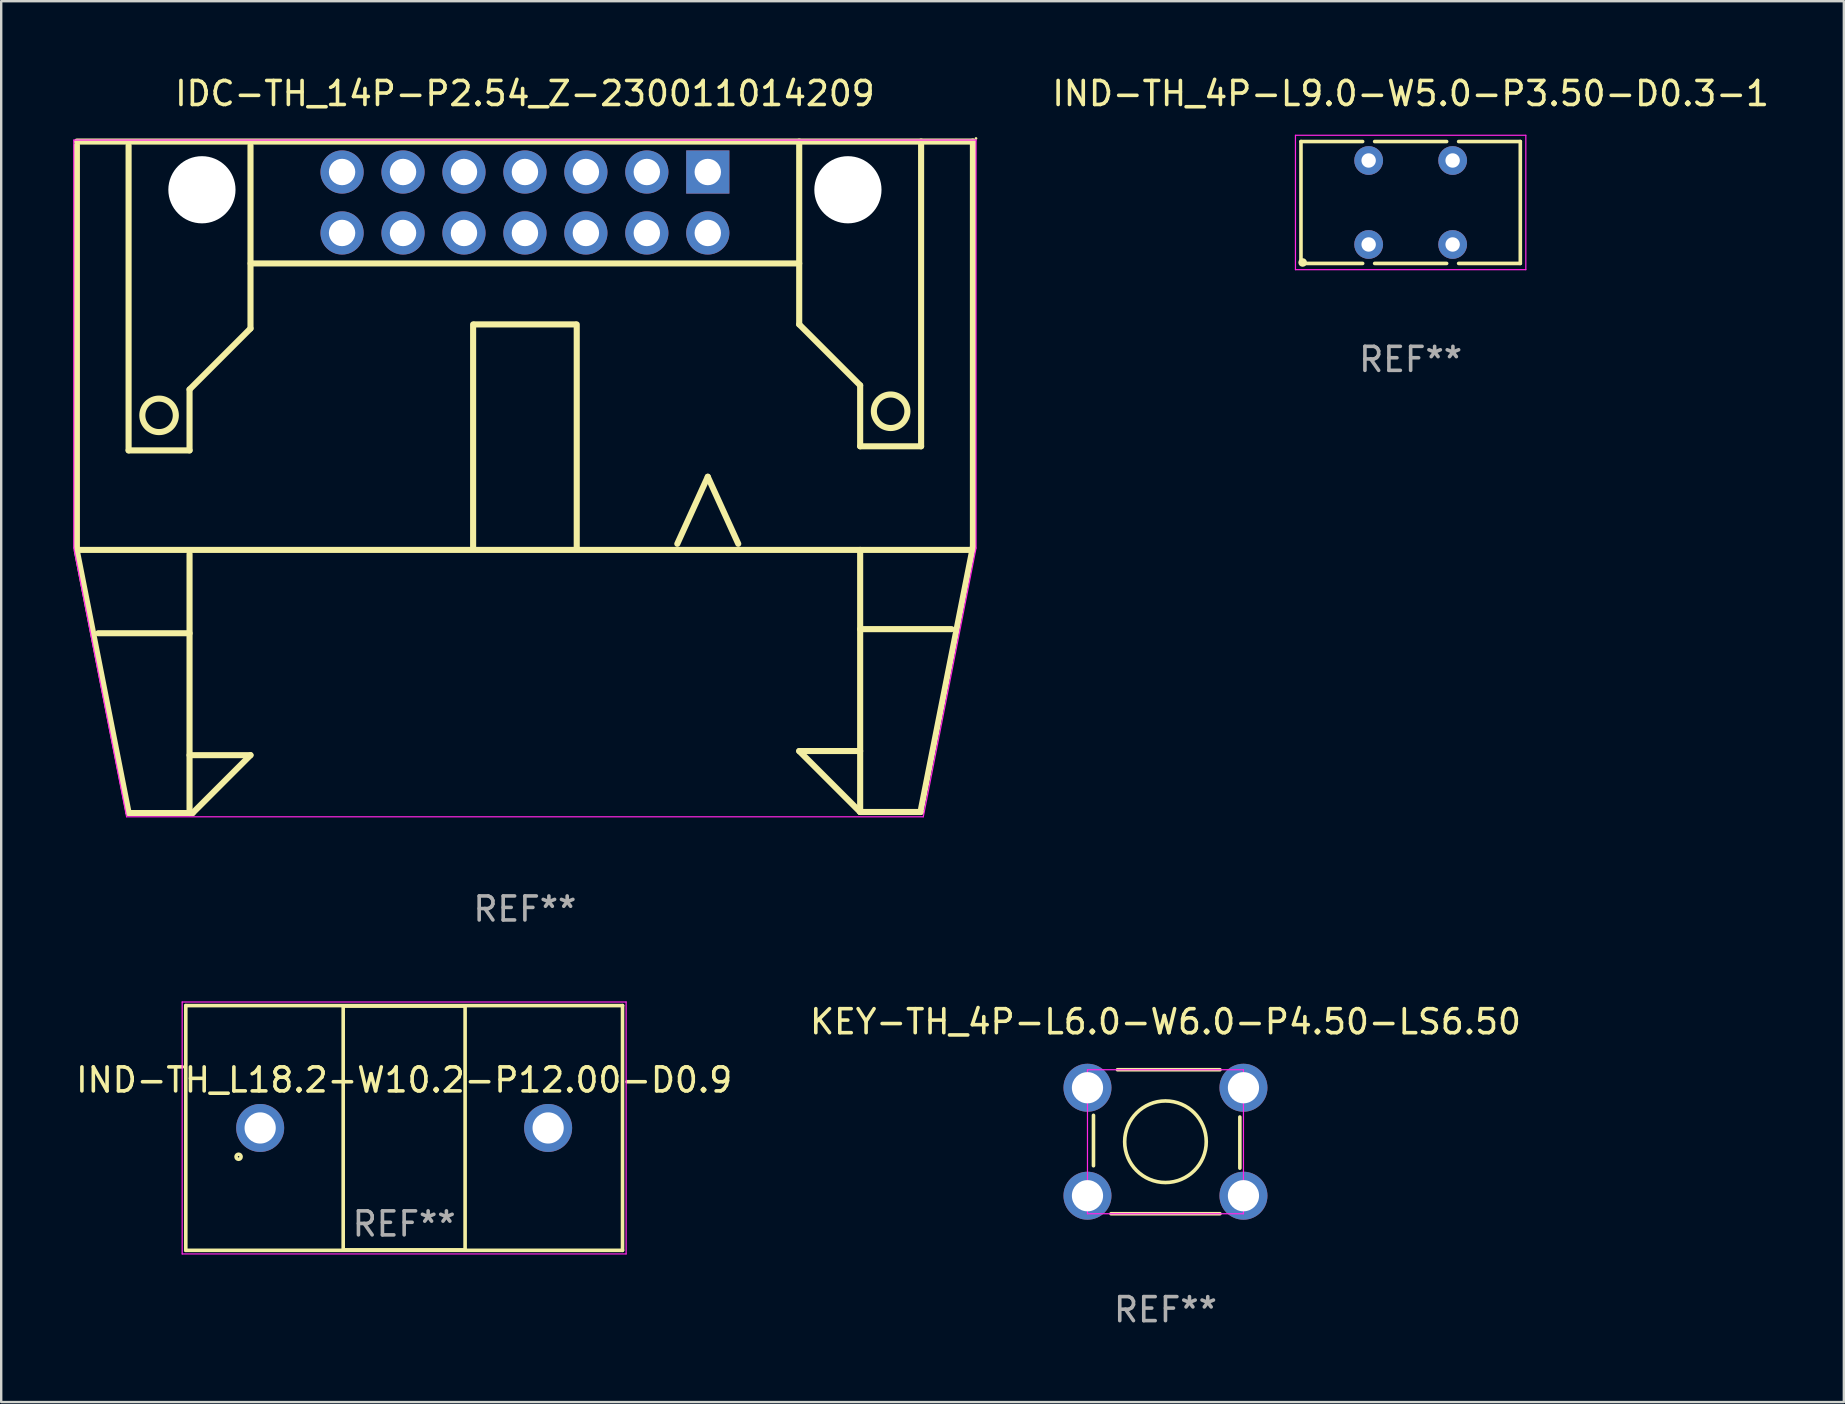
<source format=kicad_pcb>
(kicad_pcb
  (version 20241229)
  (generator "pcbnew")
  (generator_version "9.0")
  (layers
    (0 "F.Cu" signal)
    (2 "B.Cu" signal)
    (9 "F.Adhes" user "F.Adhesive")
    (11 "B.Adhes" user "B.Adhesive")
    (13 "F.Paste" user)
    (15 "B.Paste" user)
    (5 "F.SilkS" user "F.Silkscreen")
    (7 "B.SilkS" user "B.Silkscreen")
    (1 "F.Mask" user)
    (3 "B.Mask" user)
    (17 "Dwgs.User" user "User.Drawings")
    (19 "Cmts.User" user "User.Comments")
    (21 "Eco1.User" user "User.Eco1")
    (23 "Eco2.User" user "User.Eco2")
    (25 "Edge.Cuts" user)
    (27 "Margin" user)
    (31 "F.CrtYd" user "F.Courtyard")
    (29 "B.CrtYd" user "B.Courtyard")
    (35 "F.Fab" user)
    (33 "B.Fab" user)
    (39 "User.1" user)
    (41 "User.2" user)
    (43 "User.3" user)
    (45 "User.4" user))
  (footprint "IDC-TH_14P-P2.54_Z-230011014209"
    (layer "F.Cu")
    (at 18.825 5.388)
    (property "Reference" "IDC-TH_14P-P2.54_Z-230011014209" (at -0.001 -4.54 0) (layer "F.SilkS") (effects (font (size 1 1) (thickness 0.15))))
    (attr through_hole)
    (fp_line (start -18.671 14.373) (end -18.671 -2.391) (stroke (width 0.254) (type solid)) (layer "F.SilkS"))
    (fp_line (start -18.671 14.522) (end -16.516 25.431) (stroke (width 0.254) (type solid)) (layer "F.SilkS"))
    (fp_line (start -18.669 14.478) (end 18.669 14.478) (stroke (width 0.254) (type solid)) (layer "F.SilkS"))
    (fp_line (start -16.516 -2.369) (end -16.516 10.331) (stroke (width 0.254) (type solid)) (layer "F.SilkS"))
    (fp_line (start -16.516 10.331) (end -13.976 10.331) (stroke (width 0.254) (type solid)) (layer "F.SilkS"))
    (fp_line (start -16.516 25.444) (end -13.976 25.444) (stroke (width 0.254) (type solid)) (layer "F.SilkS"))
    (fp_line (start -13.976 7.791) (end -11.436 5.251) (stroke (width 0.254) (type solid)) (layer "F.SilkS"))
    (fp_line (start -13.976 10.331) (end -13.976 7.791) (stroke (width 0.254) (type solid)) (layer "F.SilkS"))
    (fp_line (start -13.976 17.951) (end -17.786 17.951) (stroke (width 0.254) (type solid)) (layer "F.SilkS"))
    (fp_line (start -13.976 25.444) (end -13.976 14.649) (stroke (width 0.254) (type solid)) (layer "F.SilkS"))
    (fp_line (start -13.976 25.444) (end -13.849 25.444) (stroke (width 0.254) (type solid)) (layer "F.SilkS"))
    (fp_line (start -13.849 25.444) (end -11.436 23.031) (stroke (width 0.254) (type solid)) (layer "F.SilkS"))
    (fp_line (start -11.436 5.251) (end -11.436 -2.369) (stroke (width 0.254) (type solid)) (layer "F.SilkS"))
    (fp_line (start -11.436 23.031) (end -13.976 23.031) (stroke (width 0.254) (type solid)) (layer "F.SilkS"))
    (fp_line (start -2.159 5.08) (end -2.159 14.351) (stroke (width 0.254) (type solid)) (layer "F.SilkS"))
    (fp_line (start 2.1 5.08) (end -2.1 5.08) (stroke (width 0.254) (type solid)) (layer "F.SilkS"))
    (fp_line (start 2.159 5.08) (end 2.159 14.351) (stroke (width 0.254) (type solid)) (layer "F.SilkS"))
    (fp_line (start 6.35 14.224) (end 7.62 11.43) (stroke (width 0.254) (type solid)) (layer "F.SilkS"))
    (fp_line (start 8.89 14.224) (end 7.62 11.43) (stroke (width 0.254) (type solid)) (layer "F.SilkS"))
    (fp_line (start 11.43 2.54) (end -11.43 2.54) (stroke (width 0.254) (type solid)) (layer "F.SilkS"))
    (fp_line (start 11.43 5.08) (end 11.43 -2.54) (stroke (width 0.254) (type solid)) (layer "F.SilkS"))
    (fp_line (start 11.43 22.86) (end 13.97 22.86) (stroke (width 0.254) (type solid)) (layer "F.SilkS"))
    (fp_line (start 13.97 7.62) (end 11.43 5.08) (stroke (width 0.254) (type solid)) (layer "F.SilkS"))
    (fp_line (start 13.97 10.16) (end 13.97 7.62) (stroke (width 0.254) (type solid)) (layer "F.SilkS"))
    (fp_line (start 13.97 25.4) (end 11.43 22.86) (stroke (width 0.254) (type solid)) (layer "F.SilkS"))
    (fp_line (start 13.97 25.4) (end 13.97 14.478) (stroke (width 0.254) (type solid)) (layer "F.SilkS"))
    (fp_line (start 16.51 -2.54) (end 16.51 10.16) (stroke (width 0.254) (type solid)) (layer "F.SilkS"))
    (fp_line (start 16.51 10.16) (end 13.97 10.16) (stroke (width 0.254) (type solid)) (layer "F.SilkS"))
    (fp_line (start 16.51 25.4) (end 13.97 25.4) (stroke (width 0.254) (type solid)) (layer "F.SilkS"))
    (fp_line (start 17.78 17.78) (end 13.97 17.78) (stroke (width 0.254) (type solid)) (layer "F.SilkS"))
    (fp_line (start 18.669 -2.54) (end -18.669 -2.54) (stroke (width 0.254) (type solid)) (layer "F.SilkS"))
    (fp_line (start 18.669 14.351) (end 16.51 25.26) (stroke (width 0.254) (type solid)) (layer "F.SilkS"))
    (fp_line (start 18.669 14.351) (end 18.669 -2.54) (stroke (width 0.254) (type solid)) (layer "F.SilkS"))
    (fp_circle (center -15.246 8.871) (end -14.548 8.871) (stroke (width 0.254) (type solid)) (fill no) (layer "F.SilkS"))
    (fp_circle (center -13.722 -0.591) (end -12.919 -0.591) (stroke (width 0.254) (type solid)) (fill no) (layer "F.SilkS"))
    (fp_circle (center 13.843 -0.762) (end 14.616 -0.762) (stroke (width 0.254) (type solid)) (fill no) (layer "F.SilkS"))
    (fp_circle (center 15.24 8.7) (end 15.939 8.7) (stroke (width 0.254) (type solid)) (fill no) (layer "F.SilkS"))
    (fp_circle (center 18.796 -2.667) (end 18.826 -2.667) (stroke (width 0.06) (type solid)) (fill no) (layer "F.SilkS"))
    (fp_line (start -18.8 -2.6) (end 18.8 -2.6) (stroke (width 0.05) (type default)) (layer "F.CrtYd"))
    (fp_line (start -18.8 14.4) (end -18.8 -2.6) (stroke (width 0.05) (type default)) (layer "F.CrtYd"))
    (fp_line (start -16.6 25.6) (end -18.8 14.4) (stroke (width 0.05) (type default)) (layer "F.CrtYd"))
    (fp_line (start 16.6 25.6) (end -16.6 25.6) (stroke (width 0.05) (type default)) (layer "F.CrtYd"))
    (fp_line (start 18.8 -2.6) (end 18.8 14.4) (stroke (width 0.05) (type default)) (layer "F.CrtYd"))
    (fp_line (start 18.8 14.4) (end 16.6 25.6) (stroke (width 0.05) (type default)) (layer "F.CrtYd"))
    (fp_text user "REF**" (at -0.001 29.444 0) (layer "F.Fab") (effects (font (size 1 1) (thickness 0.15))))
    (pad "" np_thru_hole circle (at -13.46 -0.53) (size 2.8 2.8) (drill 2.8) (layers "*.Cu" "*.Mask"))
    (pad "" np_thru_hole circle (at 13.46 -0.53) (size 2.8 2.8) (drill 2.8) (layers "*.Cu" "*.Mask"))
    (pad "1" thru_hole rect (at 7.62 -1.27 180) (size 1.8 1.8) (drill 1.1) (layers "*.Cu" "*.Mask"))
    (pad "2" thru_hole circle (at 7.62 1.27) (size 1.8 1.8) (drill 1.1) (layers "*.Cu" "*.Mask"))
    (pad "3" thru_hole circle (at 5.08 -1.27) (size 1.8 1.8) (drill 1.1) (layers "*.Cu" "*.Mask"))
    (pad "4" thru_hole circle (at 5.08 1.27) (size 1.8 1.8) (drill 1.1) (layers "*.Cu" "*.Mask"))
    (pad "5" thru_hole circle (at 2.54 -1.27) (size 1.8 1.8) (drill 1.1) (layers "*.Cu" "*.Mask"))
    (pad "6" thru_hole circle (at 2.54 1.27) (size 1.8 1.8) (drill 1.1) (layers "*.Cu" "*.Mask"))
    (pad "7" thru_hole circle (at 0.000102 -1.27) (size 1.8 1.8) (drill 1.1) (layers "*.Cu" "*.Mask"))
    (pad "8" thru_hole circle (at 0.000102 1.27) (size 1.8 1.8) (drill 1.1) (layers "*.Cu" "*.Mask"))
    (pad "9" thru_hole circle (at -2.54 -1.27) (size 1.8 1.8) (drill 1.1) (layers "*.Cu" "*.Mask"))
    (pad "10" thru_hole circle (at -2.54 1.27) (size 1.8 1.8) (drill 1.1) (layers "*.Cu" "*.Mask"))
    (pad "11" thru_hole circle (at -5.08 -1.27) (size 1.8 1.8) (drill 1.1) (layers "*.Cu" "*.Mask"))
    (pad "12" thru_hole circle (at -5.08 1.27) (size 1.8 1.8) (drill 1.1) (layers "*.Cu" "*.Mask"))
    (pad "13" thru_hole circle (at -7.62 -1.27) (size 1.8 1.8) (drill 1.1) (layers "*.Cu" "*.Mask"))
    (pad "14" thru_hole circle (at -7.62 1.27) (size 1.8 1.8) (drill 1.1) (layers "*.Cu" "*.Mask")))
  (footprint "IND-TH_L18.2-W10.2-P12.00-D0.9"
    (layer "F.Cu")
    (at 13.792 43.955)
    (property "Reference" "IND-TH_L18.2-W10.2-P12.00-D0.9" (at 0 -2 0) (layer "F.SilkS") (effects (font (size 1 1) (thickness 0.15))))
    (attr through_hole)
    (fp_line (start -9.1 -5.1) (end -9.1 5.1) (stroke (width 0.15) (type solid)) (layer "F.SilkS"))
    (fp_line (start -9.1 5.1) (end 9.1 5.1) (stroke (width 0.15) (type solid)) (layer "F.SilkS"))
    (fp_line (start -2.54 -5.08) (end -2.54 5.08) (stroke (width 0.15) (type solid)) (layer "F.SilkS"))
    (fp_line (start -2.54 5.08) (end 2.54 5.08) (stroke (width 0.15) (type solid)) (layer "F.SilkS"))
    (fp_line (start 2.54 -5.08) (end -2.54 -5.08) (stroke (width 0.15) (type solid)) (layer "F.SilkS"))
    (fp_line (start 2.54 5.08) (end 2.54 -5.08) (stroke (width 0.15) (type solid)) (layer "F.SilkS"))
    (fp_line (start 9.1 -5.1) (end -9.1 -5.1) (stroke (width 0.15) (type solid)) (layer "F.SilkS"))
    (fp_line (start 9.1 5.1) (end 9.1 -5.1) (stroke (width 0.15) (type solid)) (layer "F.SilkS"))
    (fp_circle (center -6.9 1.2) (end -6.87 1.2) (stroke (width 0.15) (type solid)) (fill no) (layer "F.SilkS"))
    (fp_line (start -9.25 -5.25) (end 9.25 -5.25) (stroke (width 0.05) (type default)) (layer "F.CrtYd"))
    (fp_line (start -9.25 5.25) (end -9.25 -5.25) (stroke (width 0.05) (type default)) (layer "F.CrtYd"))
    (fp_line (start 9.25 -5.25) (end 9.25 5.25) (stroke (width 0.05) (type default)) (layer "F.CrtYd"))
    (fp_line (start 9.25 5.25) (end -9.25 5.25) (stroke (width 0.05) (type default)) (layer "F.CrtYd"))
    (fp_text user "REF**" (at 0 4 0) (layer "F.Fab") (effects (font (size 1 1) (thickness 0.15))))
    (pad "1" thru_hole circle (at -6 0) (size 2 2) (drill 1.3) (layers "*.Cu" "*.Mask"))
    (pad "2" thru_hole circle (at 6 0) (size 2 2) (drill 1.3) (layers "*.Cu" "*.Mask")))
  (footprint "IND-TH_4P-L9.0-W5.0-P3.50-D0.3-1"
    (layer "F.Cu")
    (at 55.735 5.388)
    (property "Reference" "IND-TH_4P-L9.0-W5.0-P3.50-D0.3-1" (at 0 -4.54 0) (layer "F.SilkS") (effects (font (size 1 1) (thickness 0.15))))
    (attr through_hole)
    (fp_line (start -4.57 -2.54) (end -4.57 2.54) (stroke (width 0.15) (type solid)) (layer "F.SilkS"))
    (fp_line (start -4.57 2.54) (end -2 2.54) (stroke (width 0.15) (type solid)) (layer "F.SilkS"))
    (fp_line (start -2 -2.54) (end -4.57 -2.54) (stroke (width 0.15) (type solid)) (layer "F.SilkS"))
    (fp_line (start -1.5 2.54) (end 1.5 2.54) (stroke (width 0.15) (type solid)) (layer "F.SilkS"))
    (fp_line (start 1.5 -2.54) (end -1.5 -2.54) (stroke (width 0.15) (type solid)) (layer "F.SilkS"))
    (fp_line (start 2 2.54) (end 4.57 2.54) (stroke (width 0.15) (type solid)) (layer "F.SilkS"))
    (fp_line (start 4.57 -2.54) (end 2 -2.54) (stroke (width 0.15) (type solid)) (layer "F.SilkS"))
    (fp_line (start 4.57 2.54) (end 4.57 -2.54) (stroke (width 0.15) (type solid)) (layer "F.SilkS"))
    (fp_circle (center -4.5 2.5) (end -4.47 2.5) (stroke (width 0.15) (type solid)) (fill no) (layer "F.SilkS"))
    (fp_line (start -4.8 -2.8) (end 4.8 -2.8) (stroke (width 0.05) (type default)) (layer "F.CrtYd"))
    (fp_line (start -4.8 2.8) (end -4.8 -2.8) (stroke (width 0.05) (type default)) (layer "F.CrtYd"))
    (fp_line (start 4.8 -2.8) (end 4.8 2.8) (stroke (width 0.05) (type default)) (layer "F.CrtYd"))
    (fp_line (start 4.8 2.8) (end -4.8 2.8) (stroke (width 0.05) (type default)) (layer "F.CrtYd"))
    (fp_text user "REF**" (at 0 6.54 0) (layer "F.Fab") (effects (font (size 1 1) (thickness 0.15))))
    (pad "1" thru_hole circle (at -1.75 1.75) (size 1.2 1.2) (drill 0.6) (layers "*.Cu" "*.Mask"))
    (pad "3" thru_hole circle (at -1.75 -1.75) (size 1.2 1.2) (drill 0.6) (layers "*.Cu" "*.Mask"))
    (pad "4" thru_hole circle (at 1.75 -1.75) (size 1.2 1.2) (drill 0.6) (layers "*.Cu" "*.Mask"))
    (pad "6" thru_hole circle (at 1.75 1.75) (size 1.2 1.2) (drill 0.6) (layers "*.Cu" "*.Mask")))
  (footprint "KEY-TH_4P-L6.0-W6.0-P4.50-LS6.50"
    (layer "F.Cu")
    (at 45.518 44.529)
    (property "Reference" "KEY-TH_4P-L6.0-W6.0-P4.50-LS6.50" (at 0 -5 0) (layer "F.SilkS") (effects (font (size 1 1) (thickness 0.15))))
    (attr through_hole)
    (fp_line (start -3 -1.1) (end -3 1) (stroke (width 0.15) (type solid)) (layer "F.SilkS"))
    (fp_line (start -2.27 3) (end 2.27 3) (stroke (width 0.15) (type solid)) (layer "F.SilkS"))
    (fp_line (start -2 -3) (end 2.27 -3) (stroke (width 0.15) (type solid)) (layer "F.SilkS"))
    (fp_line (start 3.1 -1.03) (end 3.1 1.1) (stroke (width 0.15) (type solid)) (layer "F.SilkS"))
    (fp_circle (center 0 0) (end 1.7 0) (stroke (width 0.15) (type solid)) (fill no) (layer "F.SilkS"))
    (fp_line (start -3.25 -3) (end 3.25 -3) (stroke (width 0.05) (type default)) (layer "F.CrtYd"))
    (fp_line (start -3.25 3) (end -3.25 -3) (stroke (width 0.05) (type default)) (layer "F.CrtYd"))
    (fp_line (start 3.25 -3) (end 3.25 3) (stroke (width 0.05) (type default)) (layer "F.CrtYd"))
    (fp_line (start 3.25 3) (end -3.25 3) (stroke (width 0.05) (type default)) (layer "F.CrtYd"))
    (fp_text user "REF**" (at 0 7 0) (layer "F.Fab") (effects (font (size 1 1) (thickness 0.15))))
    (pad "1" thru_hole circle (at -3.25 -2.25) (size 2 2) (drill 1.3) (layers "*.Cu" "*.Mask"))
    (pad "2" thru_hole circle (at 3.25 -2.25) (size 2 2) (drill 1.3) (layers "*.Cu" "*.Mask"))
    (pad "3" thru_hole circle (at -3.25 2.25) (size 2 2) (drill 1.3) (layers "*.Cu" "*.Mask"))
    (pad "4" thru_hole circle (at 3.25 2.25) (size 2 2) (drill 1.3) (layers "*.Cu" "*.Mask")))
  (gr_rect
    (start -3 -3)
    (end 73.788 55.377)
    (stroke (width 0.1) (type default))
    (fill no)
    (layer "Edge.Cuts")))
</source>
